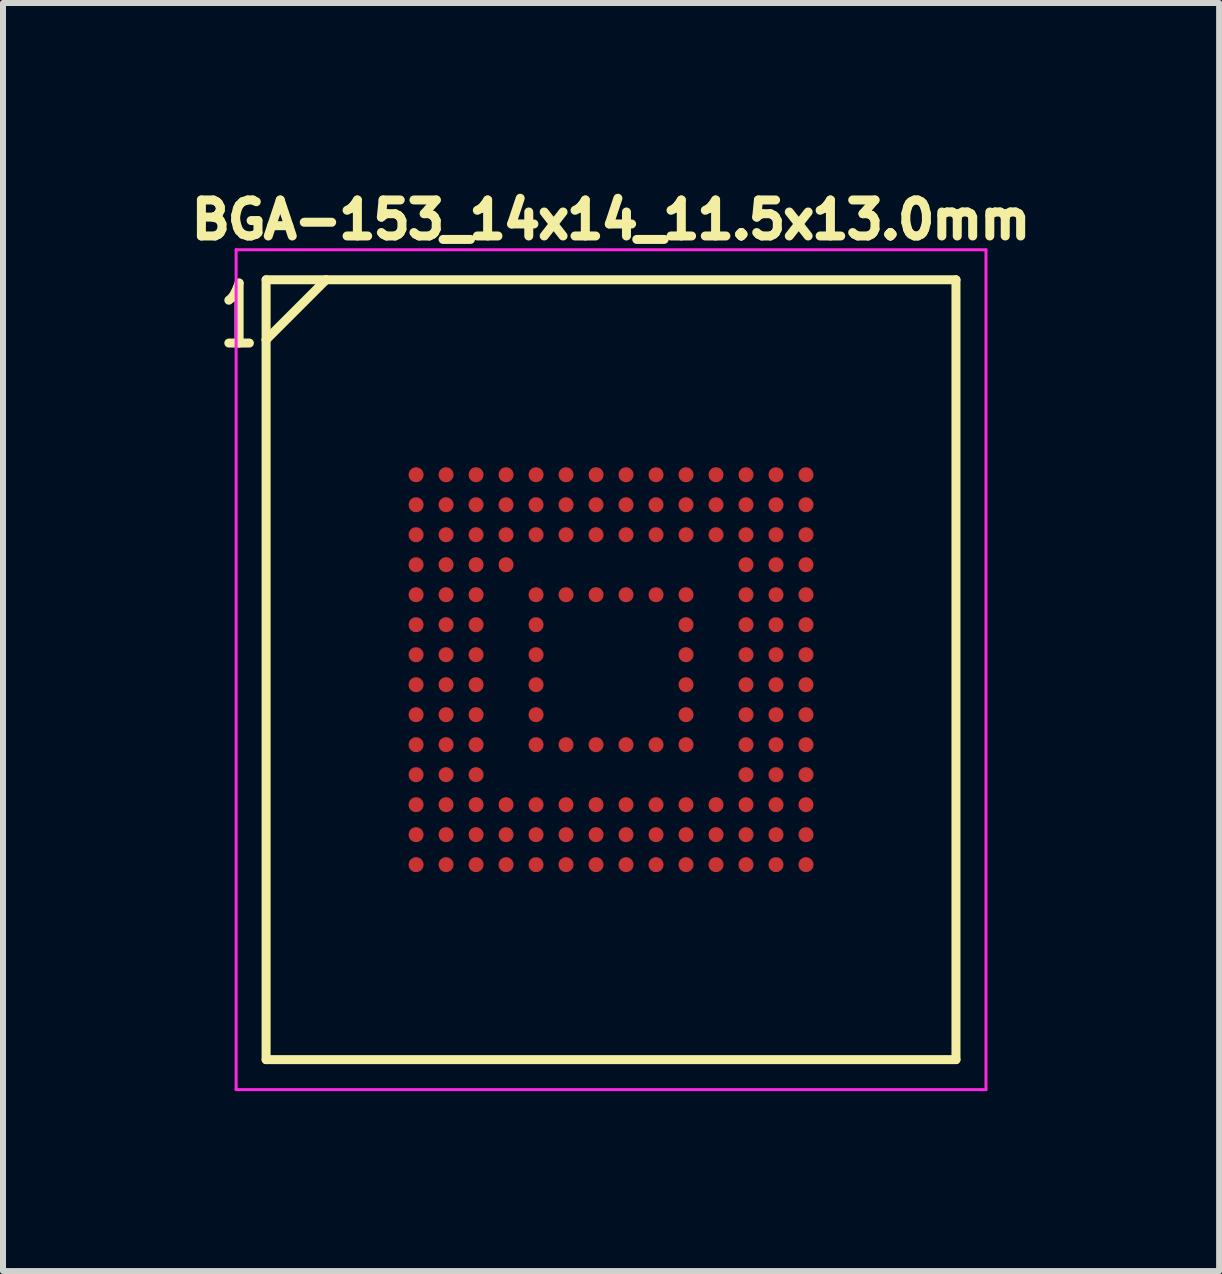
<source format=kicad_pcb>
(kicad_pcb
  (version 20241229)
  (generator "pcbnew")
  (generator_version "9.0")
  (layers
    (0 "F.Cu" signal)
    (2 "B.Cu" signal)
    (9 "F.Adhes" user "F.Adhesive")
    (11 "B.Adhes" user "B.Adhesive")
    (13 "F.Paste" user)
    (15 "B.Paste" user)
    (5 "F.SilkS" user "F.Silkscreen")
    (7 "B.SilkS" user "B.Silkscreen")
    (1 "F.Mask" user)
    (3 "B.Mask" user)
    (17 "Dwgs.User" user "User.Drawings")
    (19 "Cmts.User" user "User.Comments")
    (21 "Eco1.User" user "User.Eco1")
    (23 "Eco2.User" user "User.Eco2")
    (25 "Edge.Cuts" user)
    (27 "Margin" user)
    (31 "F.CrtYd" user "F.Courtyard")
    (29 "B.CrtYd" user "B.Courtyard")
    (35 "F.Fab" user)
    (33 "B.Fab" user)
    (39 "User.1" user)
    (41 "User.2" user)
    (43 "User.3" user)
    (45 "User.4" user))
  (footprint "BGA-153_14x14_11.5x13.0mm"
    (layer "F.Cu")
    (at 7.136 8.114)
    (property "Reference" "BGA-153_14x14_11.5x13.0mm" (at 0 -7.5 0) (layer "F.SilkS") (effects (font (size 0.6 0.6) (thickness 0.15))))
    (attr through_hole)
    (fp_line (start -5.75 -6.5) (end -4.75 -6.5) (stroke (width 0.15) (type solid)) (layer "F.SilkS"))
    (fp_line (start -5.75 -5.5) (end -5.75 -6.5) (stroke (width 0.15) (type solid)) (layer "F.SilkS"))
    (fp_line (start -5.75 -5.5) (end -5.75 6.5) (stroke (width 0.15) (type solid)) (layer "F.SilkS"))
    (fp_line (start -5.75 6.5) (end 5.75 6.5) (stroke (width 0.15) (type solid)) (layer "F.SilkS"))
    (fp_line (start -4.75 -6.5) (end -5.75 -5.5) (stroke (width 0.15) (type solid)) (layer "F.SilkS"))
    (fp_line (start 5.75 -6.5) (end -4.75 -6.5) (stroke (width 0.15) (type solid)) (layer "F.SilkS"))
    (fp_line (start 5.75 6.5) (end 5.75 -6.5) (stroke (width 0.15) (type solid)) (layer "F.SilkS"))
    (fp_line (start -6.25 -7) (end 6.25 -7) (stroke (width 0.05) (type solid)) (layer "F.CrtYd"))
    (fp_line (start -6.25 7) (end -6.25 -7) (stroke (width 0.05) (type solid)) (layer "F.CrtYd"))
    (fp_line (start 6.25 -7) (end 6.25 7) (stroke (width 0.05) (type solid)) (layer "F.CrtYd"))
    (fp_line (start 6.25 7) (end -6.25 7) (stroke (width 0.05) (type solid)) (layer "F.CrtYd"))
    (fp_text user "1" (at -6.2 -5.9 0) (unlocked yes) (layer "F.SilkS") (effects (font (size 1 0.6) (thickness 0.15))))
    (pad "A1" smd circle (at -3.25 -3.25) (size 0.25 0.25) (layers "F.Cu" "F.Mask" "F.Paste"))
    (pad "A2" smd circle (at -2.75 -3.25) (size 0.25 0.25) (layers "F.Cu" "F.Mask" "F.Paste"))
    (pad "A3" smd circle (at -2.25 -3.25) (size 0.25 0.25) (layers "F.Cu" "F.Mask" "F.Paste"))
    (pad "A4" smd circle (at -1.75 -3.25) (size 0.25 0.25) (layers "F.Cu" "F.Mask" "F.Paste"))
    (pad "A5" smd circle (at -1.25 -3.25) (size 0.25 0.25) (layers "F.Cu" "F.Mask" "F.Paste"))
    (pad "A6" smd circle (at -0.75 -3.25) (size 0.25 0.25) (layers "F.Cu" "F.Mask" "F.Paste"))
    (pad "A7" smd circle (at -0.25 -3.25) (size 0.25 0.25) (layers "F.Cu" "F.Mask" "F.Paste"))
    (pad "A8" smd circle (at 0.25 -3.25) (size 0.25 0.25) (layers "F.Cu" "F.Mask" "F.Paste"))
    (pad "A9" smd circle (at 0.75 -3.25) (size 0.25 0.25) (layers "F.Cu" "F.Mask" "F.Paste"))
    (pad "A10" smd circle (at 1.25 -3.25) (size 0.25 0.25) (layers "F.Cu" "F.Mask" "F.Paste"))
    (pad "A11" smd circle (at 1.75 -3.25) (size 0.25 0.25) (layers "F.Cu" "F.Mask" "F.Paste"))
    (pad "A12" smd circle (at 2.25 -3.25) (size 0.25 0.25) (layers "F.Cu" "F.Mask" "F.Paste"))
    (pad "A13" smd circle (at 2.75 -3.25) (size 0.25 0.25) (layers "F.Cu" "F.Mask" "F.Paste"))
    (pad "A14" smd circle (at 3.25 -3.25) (size 0.25 0.25) (layers "F.Cu" "F.Mask" "F.Paste"))
    (pad "B1" smd circle (at -3.25 -2.75) (size 0.25 0.25) (layers "F.Cu" "F.Mask" "F.Paste"))
    (pad "B2" smd circle (at -2.75 -2.75) (size 0.25 0.25) (layers "F.Cu" "F.Mask" "F.Paste"))
    (pad "B3" smd circle (at -2.25 -2.75) (size 0.25 0.25) (layers "F.Cu" "F.Mask" "F.Paste"))
    (pad "B4" smd circle (at -1.75 -2.75) (size 0.25 0.25) (layers "F.Cu" "F.Mask" "F.Paste"))
    (pad "B5" smd circle (at -1.25 -2.75) (size 0.25 0.25) (layers "F.Cu" "F.Mask" "F.Paste"))
    (pad "B6" smd circle (at -0.75 -2.75) (size 0.25 0.25) (layers "F.Cu" "F.Mask" "F.Paste"))
    (pad "B7" smd circle (at -0.25 -2.75) (size 0.25 0.25) (layers "F.Cu" "F.Mask" "F.Paste"))
    (pad "B8" smd circle (at 0.25 -2.75) (size 0.25 0.25) (layers "F.Cu" "F.Mask" "F.Paste"))
    (pad "B9" smd circle (at 0.75 -2.75) (size 0.25 0.25) (layers "F.Cu" "F.Mask" "F.Paste"))
    (pad "B10" smd circle (at 1.25 -2.75) (size 0.25 0.25) (layers "F.Cu" "F.Mask" "F.Paste"))
    (pad "B11" smd circle (at 1.75 -2.75) (size 0.25 0.25) (layers "F.Cu" "F.Mask" "F.Paste"))
    (pad "B12" smd circle (at 2.25 -2.75) (size 0.25 0.25) (layers "F.Cu" "F.Mask" "F.Paste"))
    (pad "B13" smd circle (at 2.75 -2.75) (size 0.25 0.25) (layers "F.Cu" "F.Mask" "F.Paste"))
    (pad "B14" smd circle (at 3.25 -2.75) (size 0.25 0.25) (layers "F.Cu" "F.Mask" "F.Paste"))
    (pad "C1" smd circle (at -3.25 -2.25) (size 0.25 0.25) (layers "F.Cu" "F.Mask" "F.Paste"))
    (pad "C2" smd circle (at -2.75 -2.25) (size 0.25 0.25) (layers "F.Cu" "F.Mask" "F.Paste"))
    (pad "C3" smd circle (at -2.25 -2.25) (size 0.25 0.25) (layers "F.Cu" "F.Mask" "F.Paste"))
    (pad "C4" smd circle (at -1.75 -2.25) (size 0.25 0.25) (layers "F.Cu" "F.Mask" "F.Paste"))
    (pad "C5" smd circle (at -1.25 -2.25) (size 0.25 0.25) (layers "F.Cu" "F.Mask" "F.Paste"))
    (pad "C6" smd circle (at -0.75 -2.25) (size 0.25 0.25) (layers "F.Cu" "F.Mask" "F.Paste"))
    (pad "C7" smd circle (at -0.25 -2.25) (size 0.25 0.25) (layers "F.Cu" "F.Mask" "F.Paste"))
    (pad "C8" smd circle (at 0.25 -2.25) (size 0.25 0.25) (layers "F.Cu" "F.Mask" "F.Paste"))
    (pad "C9" smd circle (at 0.75 -2.25) (size 0.25 0.25) (layers "F.Cu" "F.Mask" "F.Paste"))
    (pad "C10" smd circle (at 1.25 -2.25) (size 0.25 0.25) (layers "F.Cu" "F.Mask" "F.Paste"))
    (pad "C11" smd circle (at 1.75 -2.25) (size 0.25 0.25) (layers "F.Cu" "F.Mask" "F.Paste"))
    (pad "C12" smd circle (at 2.25 -2.25) (size 0.25 0.25) (layers "F.Cu" "F.Mask" "F.Paste"))
    (pad "C13" smd circle (at 2.75 -2.25) (size 0.25 0.25) (layers "F.Cu" "F.Mask" "F.Paste"))
    (pad "C14" smd circle (at 3.25 -2.25) (size 0.25 0.25) (layers "F.Cu" "F.Mask" "F.Paste"))
    (pad "D1" smd circle (at -3.25 -1.75) (size 0.25 0.25) (layers "F.Cu" "F.Mask" "F.Paste"))
    (pad "D2" smd circle (at -2.75 -1.75) (size 0.25 0.25) (layers "F.Cu" "F.Mask" "F.Paste"))
    (pad "D3" smd circle (at -2.25 -1.75) (size 0.25 0.25) (layers "F.Cu" "F.Mask" "F.Paste"))
    (pad "D4" smd circle (at -1.75 -1.75) (size 0.25 0.25) (layers "F.Cu" "F.Mask" "F.Paste"))
    (pad "D12" smd circle (at 2.25 -1.75) (size 0.25 0.25) (layers "F.Cu" "F.Mask" "F.Paste"))
    (pad "D13" smd circle (at 2.75 -1.75) (size 0.25 0.25) (layers "F.Cu" "F.Mask" "F.Paste"))
    (pad "D14" smd circle (at 3.25 -1.75) (size 0.25 0.25) (layers "F.Cu" "F.Mask" "F.Paste"))
    (pad "E1" smd circle (at -3.25 -1.25) (size 0.25 0.25) (layers "F.Cu" "F.Mask" "F.Paste"))
    (pad "E2" smd circle (at -2.75 -1.25) (size 0.25 0.25) (layers "F.Cu" "F.Mask" "F.Paste"))
    (pad "E3" smd circle (at -2.25 -1.25) (size 0.25 0.25) (layers "F.Cu" "F.Mask" "F.Paste"))
    (pad "E5" smd circle (at -1.25 -1.25) (size 0.25 0.25) (layers "F.Cu" "F.Mask" "F.Paste"))
    (pad "E6" smd circle (at -0.75 -1.25) (size 0.25 0.25) (layers "F.Cu" "F.Mask" "F.Paste"))
    (pad "E7" smd circle (at -0.25 -1.25) (size 0.25 0.25) (layers "F.Cu" "F.Mask" "F.Paste"))
    (pad "E8" smd circle (at 0.25 -1.25) (size 0.25 0.25) (layers "F.Cu" "F.Mask" "F.Paste"))
    (pad "E9" smd circle (at 0.75 -1.25) (size 0.25 0.25) (layers "F.Cu" "F.Mask" "F.Paste"))
    (pad "E10" smd circle (at 1.25 -1.25) (size 0.25 0.25) (layers "F.Cu" "F.Mask" "F.Paste"))
    (pad "E12" smd circle (at 2.25 -1.25) (size 0.25 0.25) (layers "F.Cu" "F.Mask" "F.Paste"))
    (pad "E13" smd circle (at 2.75 -1.25) (size 0.25 0.25) (layers "F.Cu" "F.Mask" "F.Paste"))
    (pad "E14" smd circle (at 3.25 -1.25) (size 0.25 0.25) (layers "F.Cu" "F.Mask" "F.Paste"))
    (pad "F1" smd circle (at -3.25 -0.75) (size 0.25 0.25) (layers "F.Cu" "F.Mask" "F.Paste"))
    (pad "F2" smd circle (at -2.75 -0.75) (size 0.25 0.25) (layers "F.Cu" "F.Mask" "F.Paste"))
    (pad "F3" smd circle (at -2.25 -0.75) (size 0.25 0.25) (layers "F.Cu" "F.Mask" "F.Paste"))
    (pad "F5" smd circle (at -1.25 -0.75) (size 0.25 0.25) (layers "F.Cu" "F.Mask" "F.Paste"))
    (pad "F10" smd circle (at 1.25 -0.75) (size 0.25 0.25) (layers "F.Cu" "F.Mask" "F.Paste"))
    (pad "F12" smd circle (at 2.25 -0.75) (size 0.25 0.25) (layers "F.Cu" "F.Mask" "F.Paste"))
    (pad "F13" smd circle (at 2.75 -0.75) (size 0.25 0.25) (layers "F.Cu" "F.Mask" "F.Paste"))
    (pad "F14" smd circle (at 3.25 -0.75) (size 0.25 0.25) (layers "F.Cu" "F.Mask" "F.Paste"))
    (pad "G1" smd circle (at -3.25 -0.25) (size 0.25 0.25) (layers "F.Cu" "F.Mask" "F.Paste"))
    (pad "G2" smd circle (at -2.75 -0.25) (size 0.25 0.25) (layers "F.Cu" "F.Mask" "F.Paste"))
    (pad "G3" smd circle (at -2.25 -0.25) (size 0.25 0.25) (layers "F.Cu" "F.Mask" "F.Paste"))
    (pad "G5" smd circle (at -1.25 -0.25) (size 0.25 0.25) (layers "F.Cu" "F.Mask" "F.Paste"))
    (pad "G10" smd circle (at 1.25 -0.25) (size 0.25 0.25) (layers "F.Cu" "F.Mask" "F.Paste"))
    (pad "G12" smd circle (at 2.25 -0.25) (size 0.25 0.25) (layers "F.Cu" "F.Mask" "F.Paste"))
    (pad "G13" smd circle (at 2.75 -0.25) (size 0.25 0.25) (layers "F.Cu" "F.Mask" "F.Paste"))
    (pad "G14" smd circle (at 3.25 -0.25) (size 0.25 0.25) (layers "F.Cu" "F.Mask" "F.Paste"))
    (pad "H1" smd circle (at -3.25 0.25) (size 0.25 0.25) (layers "F.Cu" "F.Mask" "F.Paste"))
    (pad "H2" smd circle (at -2.75 0.25) (size 0.25 0.25) (layers "F.Cu" "F.Mask" "F.Paste"))
    (pad "H3" smd circle (at -2.25 0.25) (size 0.25 0.25) (layers "F.Cu" "F.Mask" "F.Paste"))
    (pad "H5" smd circle (at -1.25 0.25) (size 0.25 0.25) (layers "F.Cu" "F.Mask" "F.Paste"))
    (pad "H10" smd circle (at 1.25 0.25) (size 0.25 0.25) (layers "F.Cu" "F.Mask" "F.Paste"))
    (pad "H12" smd circle (at 2.25 0.25) (size 0.25 0.25) (layers "F.Cu" "F.Mask" "F.Paste"))
    (pad "H13" smd circle (at 2.75 0.25) (size 0.25 0.25) (layers "F.Cu" "F.Mask" "F.Paste"))
    (pad "H14" smd circle (at 3.25 0.25) (size 0.25 0.25) (layers "F.Cu" "F.Mask" "F.Paste"))
    (pad "J1" smd circle (at -3.25 0.75) (size 0.25 0.25) (layers "F.Cu" "F.Mask" "F.Paste"))
    (pad "J2" smd circle (at -2.75 0.75) (size 0.25 0.25) (layers "F.Cu" "F.Mask" "F.Paste"))
    (pad "J3" smd circle (at -2.25 0.75) (size 0.25 0.25) (layers "F.Cu" "F.Mask" "F.Paste"))
    (pad "J5" smd circle (at -1.25 0.75) (size 0.25 0.25) (layers "F.Cu" "F.Mask" "F.Paste"))
    (pad "J10" smd circle (at 1.25 0.75) (size 0.25 0.25) (layers "F.Cu" "F.Mask" "F.Paste"))
    (pad "J12" smd circle (at 2.25 0.75) (size 0.25 0.25) (layers "F.Cu" "F.Mask" "F.Paste"))
    (pad "J13" smd circle (at 2.75 0.75) (size 0.25 0.25) (layers "F.Cu" "F.Mask" "F.Paste"))
    (pad "J14" smd circle (at 3.25 0.75) (size 0.25 0.25) (layers "F.Cu" "F.Mask" "F.Paste"))
    (pad "K1" smd circle (at -3.25 1.25) (size 0.25 0.25) (layers "F.Cu" "F.Mask" "F.Paste"))
    (pad "K2" smd circle (at -2.75 1.25) (size 0.25 0.25) (layers "F.Cu" "F.Mask" "F.Paste"))
    (pad "K3" smd circle (at -2.25 1.25) (size 0.25 0.25) (layers "F.Cu" "F.Mask" "F.Paste"))
    (pad "K5" smd circle (at -1.25 1.25) (size 0.25 0.25) (layers "F.Cu" "F.Mask" "F.Paste"))
    (pad "K6" smd circle (at -0.75 1.25) (size 0.25 0.25) (layers "F.Cu" "F.Mask" "F.Paste"))
    (pad "K7" smd circle (at -0.25 1.25) (size 0.25 0.25) (layers "F.Cu" "F.Mask" "F.Paste"))
    (pad "K8" smd circle (at 0.25 1.25) (size 0.25 0.25) (layers "F.Cu" "F.Mask" "F.Paste"))
    (pad "K9" smd circle (at 0.75 1.25) (size 0.25 0.25) (layers "F.Cu" "F.Mask" "F.Paste"))
    (pad "K10" smd circle (at 1.25 1.25) (size 0.25 0.25) (layers "F.Cu" "F.Mask" "F.Paste"))
    (pad "K12" smd circle (at 2.25 1.25) (size 0.25 0.25) (layers "F.Cu" "F.Mask" "F.Paste"))
    (pad "K13" smd circle (at 2.75 1.25) (size 0.25 0.25) (layers "F.Cu" "F.Mask" "F.Paste"))
    (pad "K14" smd circle (at 3.25 1.25) (size 0.25 0.25) (layers "F.Cu" "F.Mask" "F.Paste"))
    (pad "L1" smd circle (at -3.25 1.75) (size 0.25 0.25) (layers "F.Cu" "F.Mask" "F.Paste"))
    (pad "L2" smd circle (at -2.75 1.75) (size 0.25 0.25) (layers "F.Cu" "F.Mask" "F.Paste"))
    (pad "L3" smd circle (at -2.25 1.75) (size 0.25 0.25) (layers "F.Cu" "F.Mask" "F.Paste"))
    (pad "L12" smd circle (at 2.25 1.75) (size 0.25 0.25) (layers "F.Cu" "F.Mask" "F.Paste"))
    (pad "L13" smd circle (at 2.75 1.75) (size 0.25 0.25) (layers "F.Cu" "F.Mask" "F.Paste"))
    (pad "L14" smd circle (at 3.25 1.75) (size 0.25 0.25) (layers "F.Cu" "F.Mask" "F.Paste"))
    (pad "M1" smd circle (at -3.25 2.25) (size 0.25 0.25) (layers "F.Cu" "F.Mask" "F.Paste"))
    (pad "M2" smd circle (at -2.75 2.25) (size 0.25 0.25) (layers "F.Cu" "F.Mask" "F.Paste"))
    (pad "M3" smd circle (at -2.25 2.25) (size 0.25 0.25) (layers "F.Cu" "F.Mask" "F.Paste"))
    (pad "M4" smd circle (at -1.75 2.25) (size 0.25 0.25) (layers "F.Cu" "F.Mask" "F.Paste"))
    (pad "M5" smd circle (at -1.25 2.25) (size 0.25 0.25) (layers "F.Cu" "F.Mask" "F.Paste"))
    (pad "M6" smd circle (at -0.75 2.25) (size 0.25 0.25) (layers "F.Cu" "F.Mask" "F.Paste"))
    (pad "M7" smd circle (at -0.25 2.25) (size 0.25 0.25) (layers "F.Cu" "F.Mask" "F.Paste"))
    (pad "M8" smd circle (at 0.25 2.25) (size 0.25 0.25) (layers "F.Cu" "F.Mask" "F.Paste"))
    (pad "M9" smd circle (at 0.75 2.25) (size 0.25 0.25) (layers "F.Cu" "F.Mask" "F.Paste"))
    (pad "M10" smd circle (at 1.25 2.25) (size 0.25 0.25) (layers "F.Cu" "F.Mask" "F.Paste"))
    (pad "M11" smd circle (at 1.75 2.25) (size 0.25 0.25) (layers "F.Cu" "F.Mask" "F.Paste"))
    (pad "M12" smd circle (at 2.25 2.25) (size 0.25 0.25) (layers "F.Cu" "F.Mask" "F.Paste"))
    (pad "M13" smd circle (at 2.75 2.25) (size 0.25 0.25) (layers "F.Cu" "F.Mask" "F.Paste"))
    (pad "M14" smd circle (at 3.25 2.25) (size 0.25 0.25) (layers "F.Cu" "F.Mask" "F.Paste"))
    (pad "N1" smd circle (at -3.25 2.75) (size 0.25 0.25) (layers "F.Cu" "F.Mask" "F.Paste"))
    (pad "N2" smd circle (at -2.75 2.75) (size 0.25 0.25) (layers "F.Cu" "F.Mask" "F.Paste"))
    (pad "N3" smd circle (at -2.25 2.75) (size 0.25 0.25) (layers "F.Cu" "F.Mask" "F.Paste"))
    (pad "N4" smd circle (at -1.75 2.75) (size 0.25 0.25) (layers "F.Cu" "F.Mask" "F.Paste"))
    (pad "N5" smd circle (at -1.25 2.75) (size 0.25 0.25) (layers "F.Cu" "F.Mask" "F.Paste"))
    (pad "N6" smd circle (at -0.75 2.75) (size 0.25 0.25) (layers "F.Cu" "F.Mask" "F.Paste"))
    (pad "N7" smd circle (at -0.25 2.75) (size 0.25 0.25) (layers "F.Cu" "F.Mask" "F.Paste"))
    (pad "N8" smd circle (at 0.25 2.75) (size 0.25 0.25) (layers "F.Cu" "F.Mask" "F.Paste"))
    (pad "N9" smd circle (at 0.75 2.75) (size 0.25 0.25) (layers "F.Cu" "F.Mask" "F.Paste"))
    (pad "N10" smd circle (at 1.25 2.75) (size 0.25 0.25) (layers "F.Cu" "F.Mask" "F.Paste"))
    (pad "N11" smd circle (at 1.75 2.75) (size 0.25 0.25) (layers "F.Cu" "F.Mask" "F.Paste"))
    (pad "N12" smd circle (at 2.25 2.75) (size 0.25 0.25) (layers "F.Cu" "F.Mask" "F.Paste"))
    (pad "N13" smd circle (at 2.75 2.75) (size 0.25 0.25) (layers "F.Cu" "F.Mask" "F.Paste"))
    (pad "N14" smd circle (at 3.25 2.75) (size 0.25 0.25) (layers "F.Cu" "F.Mask" "F.Paste"))
    (pad "P1" smd circle (at -3.25 3.25) (size 0.25 0.25) (layers "F.Cu" "F.Mask" "F.Paste"))
    (pad "P2" smd circle (at -2.75 3.25) (size 0.25 0.25) (layers "F.Cu" "F.Mask" "F.Paste"))
    (pad "P3" smd circle (at -2.25 3.25) (size 0.25 0.25) (layers "F.Cu" "F.Mask" "F.Paste"))
    (pad "P4" smd circle (at -1.75 3.25) (size 0.25 0.25) (layers "F.Cu" "F.Mask" "F.Paste"))
    (pad "P5" smd circle (at -1.25 3.25) (size 0.25 0.25) (layers "F.Cu" "F.Mask" "F.Paste"))
    (pad "P6" smd circle (at -0.75 3.25) (size 0.25 0.25) (layers "F.Cu" "F.Mask" "F.Paste"))
    (pad "P7" smd circle (at -0.25 3.25) (size 0.25 0.25) (layers "F.Cu" "F.Mask" "F.Paste"))
    (pad "P8" smd circle (at 0.25 3.25) (size 0.25 0.25) (layers "F.Cu" "F.Mask" "F.Paste"))
    (pad "P9" smd circle (at 0.75 3.25) (size 0.25 0.25) (layers "F.Cu" "F.Mask" "F.Paste"))
    (pad "P10" smd circle (at 1.25 3.25) (size 0.25 0.25) (layers "F.Cu" "F.Mask" "F.Paste"))
    (pad "P11" smd circle (at 1.75 3.25) (size 0.25 0.25) (layers "F.Cu" "F.Mask" "F.Paste"))
    (pad "P12" smd circle (at 2.25 3.25) (size 0.25 0.25) (layers "F.Cu" "F.Mask" "F.Paste"))
    (pad "P13" smd circle (at 2.75 3.25) (size 0.25 0.25) (layers "F.Cu" "F.Mask" "F.Paste"))
    (pad "P14" smd circle (at 3.25 3.25) (size 0.25 0.25) (layers "F.Cu" "F.Mask" "F.Paste")))
  (gr_rect
    (start -3 -3)
    (end 17.273 18.139)
    (stroke (width 0.1) (type default))
    (fill no)
    (layer "Edge.Cuts")))
</source>
